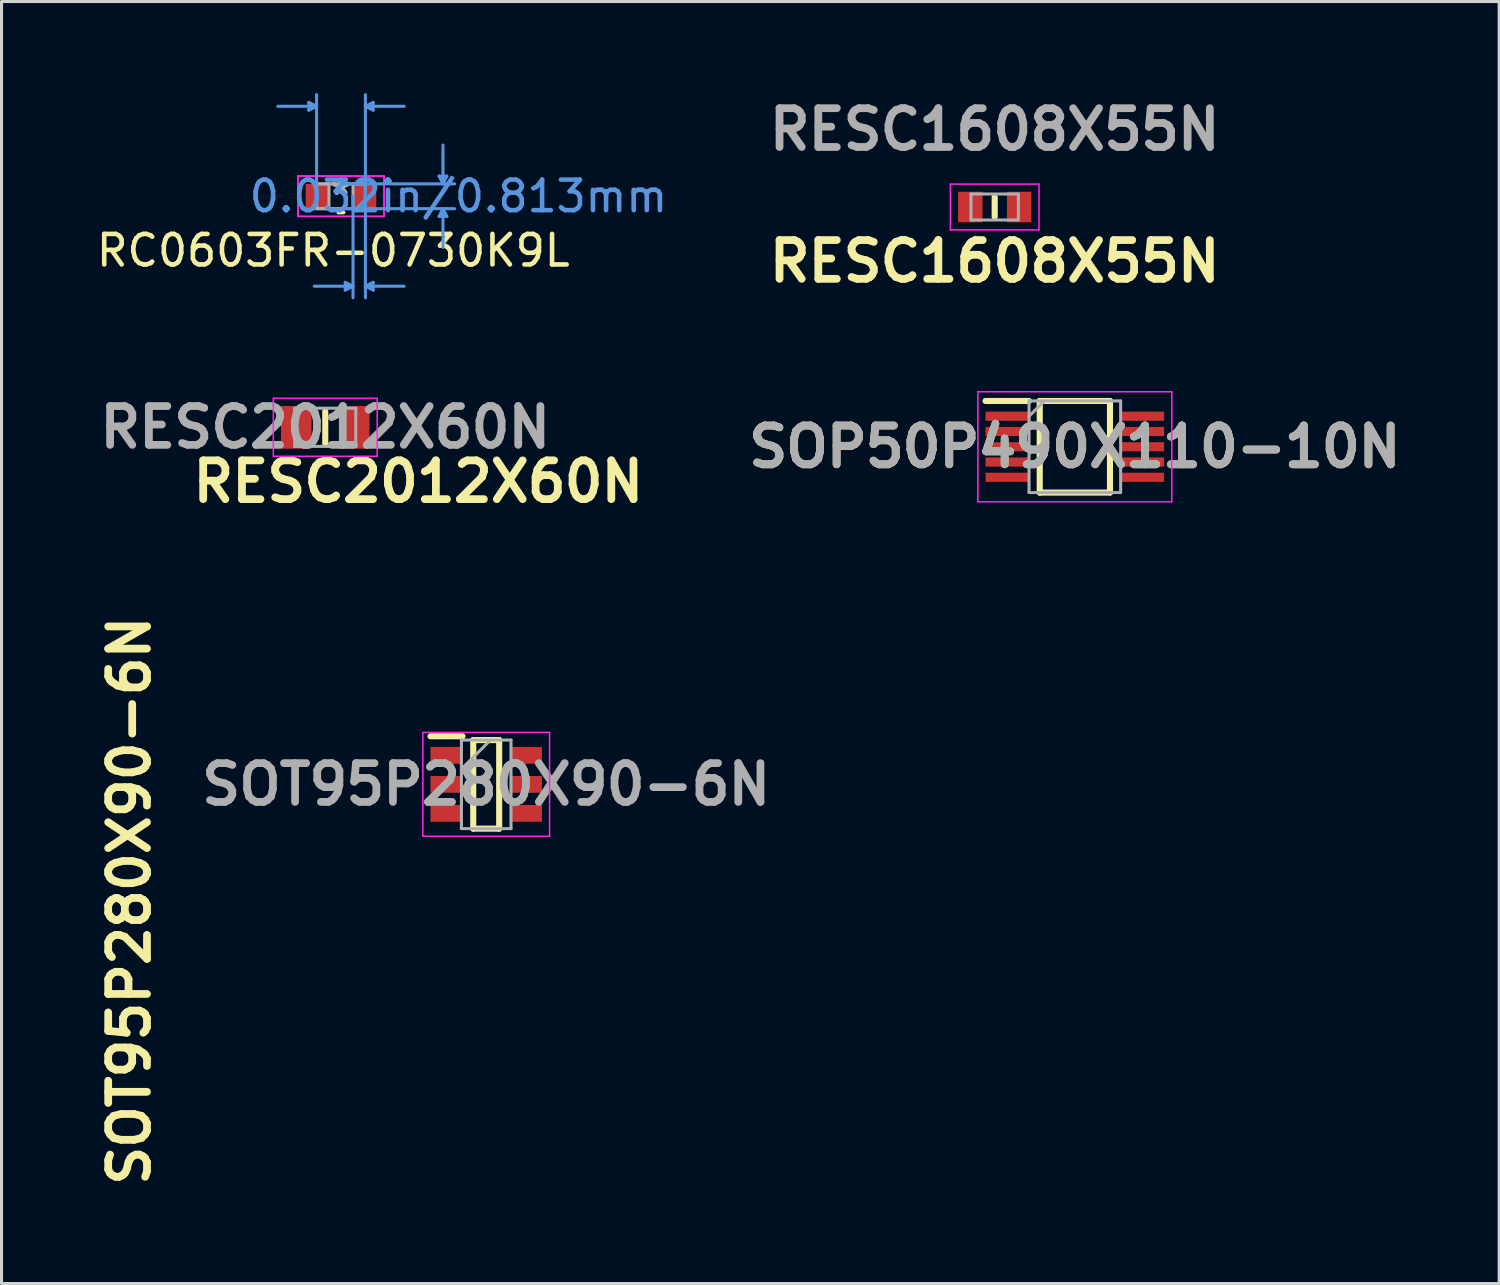
<source format=kicad_pcb>
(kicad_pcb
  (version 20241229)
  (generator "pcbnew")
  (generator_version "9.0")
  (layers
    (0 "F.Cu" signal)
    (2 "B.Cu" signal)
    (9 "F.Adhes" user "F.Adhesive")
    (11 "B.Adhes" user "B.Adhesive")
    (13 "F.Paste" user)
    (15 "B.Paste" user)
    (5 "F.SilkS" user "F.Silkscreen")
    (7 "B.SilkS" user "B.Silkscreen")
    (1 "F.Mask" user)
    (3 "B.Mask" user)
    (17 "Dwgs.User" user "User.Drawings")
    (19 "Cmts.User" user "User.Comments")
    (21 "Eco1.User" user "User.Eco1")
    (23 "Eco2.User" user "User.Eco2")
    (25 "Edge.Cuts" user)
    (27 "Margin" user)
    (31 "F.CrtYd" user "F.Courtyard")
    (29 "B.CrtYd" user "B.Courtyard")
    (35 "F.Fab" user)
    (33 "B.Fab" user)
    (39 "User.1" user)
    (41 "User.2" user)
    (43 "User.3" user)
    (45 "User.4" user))
  (footprint "RC0603FR-0730K9L"
    (layer "F.Cu")
    (at 8.117 3.377)
    (property "Reference" "RC0603FR-0730K9L" (at -0.254 1.778 0) (layer "F.SilkS") (effects (font (size 1 1) (thickness 0.15))))
    (attr through_hole)
    (fp_line (start -0.086 0.533) (end 0.086 0.533) (stroke (width 0.12) (type solid)) (layer "F.SilkS"))
    (fp_line (start 0.086 -0.533) (end -0.086 -0.533) (stroke (width 0.12) (type solid)) (layer "F.SilkS"))
    (fp_line (start -1.054 -3.073) (end -1.054 -2.819) (stroke (width 0.1) (type solid)) (layer "Cmts.User"))
    (fp_line (start -0.8 -2.946) (end -2.07 -2.946) (stroke (width 0.1) (type solid)) (layer "Cmts.User"))
    (fp_line (start -0.8 -2.946) (end -1.054 -3.073) (stroke (width 0.1) (type solid)) (layer "Cmts.User"))
    (fp_line (start -0.8 -2.946) (end -1.054 -2.819) (stroke (width 0.1) (type solid)) (layer "Cmts.User"))
    (fp_line (start -0.8 0) (end -0.8 -3.327) (stroke (width 0.1) (type solid)) (layer "Cmts.User"))
    (fp_line (start 0 -0.406) (end 3.721 -0.406) (stroke (width 0.1) (type solid)) (layer "Cmts.User"))
    (fp_line (start 0 0.406) (end 3.721 0.406) (stroke (width 0.1) (type solid)) (layer "Cmts.User"))
    (fp_line (start 0.14 2.819) (end 0.14 3.073) (stroke (width 0.1) (type solid)) (layer "Cmts.User"))
    (fp_line (start 0.394 0) (end 0.394 3.327) (stroke (width 0.1) (type solid)) (layer "Cmts.User"))
    (fp_line (start 0.394 2.946) (end -0.876 2.946) (stroke (width 0.1) (type solid)) (layer "Cmts.User"))
    (fp_line (start 0.394 2.946) (end 0.14 2.819) (stroke (width 0.1) (type solid)) (layer "Cmts.User"))
    (fp_line (start 0.394 2.946) (end 0.14 3.073) (stroke (width 0.1) (type solid)) (layer "Cmts.User"))
    (fp_line (start 0.8 -2.946) (end 1.054 -3.073) (stroke (width 0.1) (type solid)) (layer "Cmts.User"))
    (fp_line (start 0.8 -2.946) (end 1.054 -2.819) (stroke (width 0.1) (type solid)) (layer "Cmts.User"))
    (fp_line (start 0.8 -2.946) (end 2.07 -2.946) (stroke (width 0.1) (type solid)) (layer "Cmts.User"))
    (fp_line (start 0.8 0) (end 0.8 -3.327) (stroke (width 0.1) (type solid)) (layer "Cmts.User"))
    (fp_line (start 0.8 0) (end 0.8 3.327) (stroke (width 0.1) (type solid)) (layer "Cmts.User"))
    (fp_line (start 0.8 2.946) (end 1.054 2.819) (stroke (width 0.1) (type solid)) (layer "Cmts.User"))
    (fp_line (start 0.8 2.946) (end 1.054 3.073) (stroke (width 0.1) (type solid)) (layer "Cmts.User"))
    (fp_line (start 0.8 2.946) (end 2.07 2.946) (stroke (width 0.1) (type solid)) (layer "Cmts.User"))
    (fp_line (start 1.054 -3.073) (end 1.054 -2.819) (stroke (width 0.1) (type solid)) (layer "Cmts.User"))
    (fp_line (start 1.054 2.819) (end 1.054 3.073) (stroke (width 0.1) (type solid)) (layer "Cmts.User"))
    (fp_line (start 3.213 -0.66) (end 3.467 -0.66) (stroke (width 0.1) (type solid)) (layer "Cmts.User"))
    (fp_line (start 3.213 0.66) (end 3.467 0.66) (stroke (width 0.1) (type solid)) (layer "Cmts.User"))
    (fp_line (start 3.34 -0.406) (end 3.213 -0.66) (stroke (width 0.1) (type solid)) (layer "Cmts.User"))
    (fp_line (start 3.34 -0.406) (end 3.34 -1.676) (stroke (width 0.1) (type solid)) (layer "Cmts.User"))
    (fp_line (start 3.34 -0.406) (end 3.467 -0.66) (stroke (width 0.1) (type solid)) (layer "Cmts.User"))
    (fp_line (start 3.34 0.406) (end 3.213 0.66) (stroke (width 0.1) (type solid)) (layer "Cmts.User"))
    (fp_line (start 3.34 0.406) (end 3.34 1.676) (stroke (width 0.1) (type solid)) (layer "Cmts.User"))
    (fp_line (start 3.34 0.406) (end 3.467 0.66) (stroke (width 0.1) (type solid)) (layer "Cmts.User"))
    (fp_line (start -1.41 -0.66) (end 1.41 -0.66) (stroke (width 0.05) (type solid)) (layer "F.CrtYd"))
    (fp_line (start -1.41 -0.66) (end 1.41 -0.66) (stroke (width 0.05) (type solid)) (layer "F.CrtYd"))
    (fp_line (start -1.41 0.66) (end -1.41 -0.66) (stroke (width 0.05) (type solid)) (layer "F.CrtYd"))
    (fp_line (start -1.41 0.66) (end -1.41 -0.66) (stroke (width 0.05) (type solid)) (layer "F.CrtYd"))
    (fp_line (start 1.41 -0.66) (end 1.41 0.66) (stroke (width 0.05) (type solid)) (layer "F.CrtYd"))
    (fp_line (start 1.41 -0.66) (end 1.41 0.66) (stroke (width 0.05) (type solid)) (layer "F.CrtYd"))
    (fp_line (start 1.41 0.66) (end -1.41 0.66) (stroke (width 0.05) (type solid)) (layer "F.CrtYd"))
    (fp_line (start 1.41 0.66) (end -1.41 0.66) (stroke (width 0.05) (type solid)) (layer "F.CrtYd"))
    (fp_line (start -0.8 -0.406) (end -0.8 0.406) (stroke (width 0.1) (type solid)) (layer "F.Fab"))
    (fp_line (start -0.8 -0.406) (end -0.8 0.406) (stroke (width 0.1) (type solid)) (layer "F.Fab"))
    (fp_line (start -0.8 0.406) (end -0.394 0.406) (stroke (width 0.1) (type solid)) (layer "F.Fab"))
    (fp_line (start -0.8 0.406) (end 0.8 0.406) (stroke (width 0.1) (type solid)) (layer "F.Fab"))
    (fp_line (start -0.394 -0.406) (end -0.8 -0.406) (stroke (width 0.1) (type solid)) (layer "F.Fab"))
    (fp_line (start -0.394 0.406) (end -0.394 -0.406) (stroke (width 0.1) (type solid)) (layer "F.Fab"))
    (fp_line (start 0.394 -0.406) (end 0.394 0.406) (stroke (width 0.1) (type solid)) (layer "F.Fab"))
    (fp_line (start 0.394 0.406) (end 0.8 0.406) (stroke (width 0.1) (type solid)) (layer "F.Fab"))
    (fp_line (start 0.8 -0.406) (end -0.8 -0.406) (stroke (width 0.1) (type solid)) (layer "F.Fab"))
    (fp_line (start 0.8 -0.406) (end 0.394 -0.406) (stroke (width 0.1) (type solid)) (layer "F.Fab"))
    (fp_line (start 0.8 0.406) (end 0.8 -0.406) (stroke (width 0.1) (type solid)) (layer "F.Fab"))
    (fp_line (start 0.8 0.406) (end 0.8 -0.406) (stroke (width 0.1) (type solid)) (layer "F.Fab"))
    (fp_text user "Copyright 2021 Accelerated Designs. All rights reserved." (at 0 0 0) (layer "Cmts.User") (effects (font (size 0.127 0.127) (thickness 0.002))))
    (fp_text user "0.032in/0.813mm" (at 3.848 0 0) (layer "Cmts.User") (effects (font (size 1 1) (thickness 0.15))))
    (fp_text user "*" (at 0 0 0) (layer "F.Fab") (effects (font (size 1 1) (thickness 0.15))))
    (pad "1" smd rect (at -0.775 0) (size 0.762 0.813) (layers "F.Cu" "F.Mask" "F.Paste"))
    (pad "2" smd rect (at 0.775 0) (size 0.762 0.813) (layers "F.Cu" "F.Mask" "F.Paste")))
  (footprint "RESC2012X60N"
    (layer "F.Cu")
    (at 7.602 10.944)
    (property "Reference" "RESC2012X60N" (at 3.048 1.778 0) (layer "F.SilkS") (effects (font (size 1.27 1.27) (thickness 0.254))))
    (attr smd)
    (fp_line (start 0 -0.525) (end 0 0.525) (stroke (width 0.2) (type solid)) (layer "F.SilkS"))
    (fp_line (start -1.7 -0.95) (end 1.7 -0.95) (stroke (width 0.05) (type solid)) (layer "F.CrtYd"))
    (fp_line (start -1.7 0.95) (end -1.7 -0.95) (stroke (width 0.05) (type solid)) (layer "F.CrtYd"))
    (fp_line (start 1.7 -0.95) (end 1.7 0.95) (stroke (width 0.05) (type solid)) (layer "F.CrtYd"))
    (fp_line (start 1.7 0.95) (end -1.7 0.95) (stroke (width 0.05) (type solid)) (layer "F.CrtYd"))
    (fp_line (start -1 -0.625) (end 1 -0.625) (stroke (width 0.1) (type solid)) (layer "F.Fab"))
    (fp_line (start -1 0.625) (end -1 -0.625) (stroke (width 0.1) (type solid)) (layer "F.Fab"))
    (fp_line (start 1 -0.625) (end 1 0.625) (stroke (width 0.1) (type solid)) (layer "F.Fab"))
    (fp_line (start 1 0.625) (end -1 0.625) (stroke (width 0.1) (type solid)) (layer "F.Fab"))
    (fp_text user "${REFERENCE}" (at 0 0 0) (layer "F.Fab") (effects (font (size 1.27 1.27) (thickness 0.254))))
    (pad "1" smd rect (at -0.95 0) (size 1 1.4) (layers "F.Cu" "F.Mask" "F.Paste"))
    (pad "2" smd rect (at 0.95 0) (size 1 1.4) (layers "F.Cu" "F.Mask" "F.Paste")))
  (footprint "SOT95P280X90-6N"
    (layer "F.Cu")
    (at 12.873 22.637)
    (property "Reference" "SOT95P280X90-6N" (at -11.684 3.81 90) (layer "F.SilkS") (effects (font (size 1.27 1.27) (thickness 0.254))))
    (attr smd)
    (fp_line (start -1.825 -1.575) (end -0.775 -1.575) (stroke (width 0.2) (type solid)) (layer "F.SilkS"))
    (fp_line (start -0.425 -1.45) (end 0.425 -1.45) (stroke (width 0.2) (type solid)) (layer "F.SilkS"))
    (fp_line (start -0.425 1.45) (end -0.425 -1.45) (stroke (width 0.2) (type solid)) (layer "F.SilkS"))
    (fp_line (start 0.425 -1.45) (end 0.425 1.45) (stroke (width 0.2) (type solid)) (layer "F.SilkS"))
    (fp_line (start 0.425 1.45) (end -0.425 1.45) (stroke (width 0.2) (type solid)) (layer "F.SilkS"))
    (fp_line (start -2.075 -1.7) (end 2.075 -1.7) (stroke (width 0.05) (type solid)) (layer "F.CrtYd"))
    (fp_line (start -2.075 1.7) (end -2.075 -1.7) (stroke (width 0.05) (type solid)) (layer "F.CrtYd"))
    (fp_line (start 2.075 -1.7) (end 2.075 1.7) (stroke (width 0.05) (type solid)) (layer "F.CrtYd"))
    (fp_line (start 2.075 1.7) (end -2.075 1.7) (stroke (width 0.05) (type solid)) (layer "F.CrtYd"))
    (fp_line (start -0.812 -1.45) (end 0.812 -1.45) (stroke (width 0.1) (type solid)) (layer "F.Fab"))
    (fp_line (start -0.812 -0.5) (end 0.138 -1.45) (stroke (width 0.1) (type solid)) (layer "F.Fab"))
    (fp_line (start -0.812 1.45) (end -0.812 -1.45) (stroke (width 0.1) (type solid)) (layer "F.Fab"))
    (fp_line (start 0.812 -1.45) (end 0.812 1.45) (stroke (width 0.1) (type solid)) (layer "F.Fab"))
    (fp_line (start 0.812 1.45) (end -0.812 1.45) (stroke (width 0.1) (type solid)) (layer "F.Fab"))
    (fp_text user "${REFERENCE}" (at 0 0 0) (layer "F.Fab") (effects (font (size 1.27 1.27) (thickness 0.254))))
    (pad "1" smd rect (at -1.3 -0.95 90) (size 0.55 1.05) (layers "F.Cu" "F.Mask" "F.Paste"))
    (pad "2" smd rect (at -1.3 0 90) (size 0.55 1.05) (layers "F.Cu" "F.Mask" "F.Paste"))
    (pad "3" smd rect (at -1.3 0.95 90) (size 0.55 1.05) (layers "F.Cu" "F.Mask" "F.Paste"))
    (pad "4" smd rect (at 1.3 0.95 90) (size 0.55 1.05) (layers "F.Cu" "F.Mask" "F.Paste"))
    (pad "5" smd rect (at 1.3 0 90) (size 0.55 1.05) (layers "F.Cu" "F.Mask" "F.Paste"))
    (pad "6" smd rect (at 1.3 -0.95 90) (size 0.55 1.05) (layers "F.Cu" "F.Mask" "F.Paste")))
  (footprint "RESC1608X55N"
    (layer "F.Cu")
    (at 29.525 3.729)
    (property "Reference" "RESC1608X55N" (at 0 1.778 0) (layer "F.SilkS") (effects (font (size 1.27 1.27) (thickness 0.254))))
    (attr smd)
    (fp_line (start 0 -0.325) (end 0 0.325) (stroke (width 0.2) (type solid)) (layer "F.SilkS"))
    (fp_line (start -1.45 -0.75) (end 1.45 -0.75) (stroke (width 0.05) (type solid)) (layer "F.CrtYd"))
    (fp_line (start -1.45 0.75) (end -1.45 -0.75) (stroke (width 0.05) (type solid)) (layer "F.CrtYd"))
    (fp_line (start 1.45 -0.75) (end 1.45 0.75) (stroke (width 0.05) (type solid)) (layer "F.CrtYd"))
    (fp_line (start 1.45 0.75) (end -1.45 0.75) (stroke (width 0.05) (type solid)) (layer "F.CrtYd"))
    (fp_line (start -0.775 -0.425) (end 0.775 -0.425) (stroke (width 0.1) (type solid)) (layer "F.Fab"))
    (fp_line (start -0.775 0.425) (end -0.775 -0.425) (stroke (width 0.1) (type solid)) (layer "F.Fab"))
    (fp_line (start 0.775 -0.425) (end 0.775 0.425) (stroke (width 0.1) (type solid)) (layer "F.Fab"))
    (fp_line (start 0.775 0.425) (end -0.775 0.425) (stroke (width 0.1) (type solid)) (layer "F.Fab"))
    (fp_text user "${REFERENCE}" (at 0 -2.54 0) (layer "F.Fab") (effects (font (size 1.27 1.27) (thickness 0.254))))
    (pad "1" smd rect (at -0.8 0) (size 0.8 1) (layers "F.Cu" "F.Mask" "F.Paste"))
    (pad "2" smd rect (at 0.8 0) (size 0.8 1) (layers "F.Cu" "F.Mask" "F.Paste")))
  (footprint "SOP50P490X110-10N"
    (layer "F.Cu")
    (at 32.15 11.581)
    (property "Reference" "SOP50P490X110-10N" (at 0 0 0) (layer "F.SilkS") (effects (font (size 1.27 1.27) (thickness 0.254))))
    (attr smd)
    (fp_line (start -2.925 -1.5) (end -1.5 -1.5) (stroke (width 0.2) (type solid)) (layer "F.SilkS"))
    (fp_line (start -1.15 -1.5) (end 1.15 -1.5) (stroke (width 0.2) (type solid)) (layer "F.SilkS"))
    (fp_line (start -1.15 1.5) (end -1.15 -1.5) (stroke (width 0.2) (type solid)) (layer "F.SilkS"))
    (fp_line (start 1.15 -1.5) (end 1.15 1.5) (stroke (width 0.2) (type solid)) (layer "F.SilkS"))
    (fp_line (start 1.15 1.5) (end -1.15 1.5) (stroke (width 0.2) (type solid)) (layer "F.SilkS"))
    (fp_line (start -3.175 -1.801) (end 3.175 -1.801) (stroke (width 0.05) (type solid)) (layer "F.CrtYd"))
    (fp_line (start -3.175 1.801) (end -3.175 -1.801) (stroke (width 0.05) (type solid)) (layer "F.CrtYd"))
    (fp_line (start 3.175 -1.801) (end 3.175 1.801) (stroke (width 0.05) (type solid)) (layer "F.CrtYd"))
    (fp_line (start 3.175 1.801) (end -3.175 1.801) (stroke (width 0.05) (type solid)) (layer "F.CrtYd"))
    (fp_line (start -1.5 -1.5) (end 1.5 -1.5) (stroke (width 0.1) (type solid)) (layer "F.Fab"))
    (fp_line (start -1.5 -1) (end -1 -1.5) (stroke (width 0.1) (type solid)) (layer "F.Fab"))
    (fp_line (start -1.5 1.5) (end -1.5 -1.5) (stroke (width 0.1) (type solid)) (layer "F.Fab"))
    (fp_line (start 1.5 -1.5) (end 1.5 1.5) (stroke (width 0.1) (type solid)) (layer "F.Fab"))
    (fp_line (start 1.5 1.5) (end -1.5 1.5) (stroke (width 0.1) (type solid)) (layer "F.Fab"))
    (fp_text user "${REFERENCE}" (at 0 0 0) (layer "F.Fab") (effects (font (size 1.27 1.27) (thickness 0.254))))
    (pad "1" smd rect (at -2.212 -1 90) (size 0.3 1.425) (layers "F.Cu" "F.Mask" "F.Paste"))
    (pad "2" smd rect (at -2.212 -0.5 90) (size 0.3 1.425) (layers "F.Cu" "F.Mask" "F.Paste"))
    (pad "3" smd rect (at -2.212 0 90) (size 0.3 1.425) (layers "F.Cu" "F.Mask" "F.Paste"))
    (pad "4" smd rect (at -2.212 0.5 90) (size 0.3 1.425) (layers "F.Cu" "F.Mask" "F.Paste"))
    (pad "5" smd rect (at -2.212 1 90) (size 0.3 1.425) (layers "F.Cu" "F.Mask" "F.Paste"))
    (pad "6" smd rect (at 2.212 1 90) (size 0.3 1.425) (layers "F.Cu" "F.Mask" "F.Paste"))
    (pad "7" smd rect (at 2.212 0.5 90) (size 0.3 1.425) (layers "F.Cu" "F.Mask" "F.Paste"))
    (pad "8" smd rect (at 2.212 0 90) (size 0.3 1.425) (layers "F.Cu" "F.Mask" "F.Paste"))
    (pad "9" smd rect (at 2.212 -0.5 90) (size 0.3 1.425) (layers "F.Cu" "F.Mask" "F.Paste"))
    (pad "10" smd rect (at 2.212 -1 90) (size 0.3 1.425) (layers "F.Cu" "F.Mask" "F.Paste")))
  (gr_rect
    (start -3 -3)
    (end 46.047 38.984)
    (stroke (width 0.1) (type default))
    (fill no)
    (layer "Edge.Cuts")))
</source>
